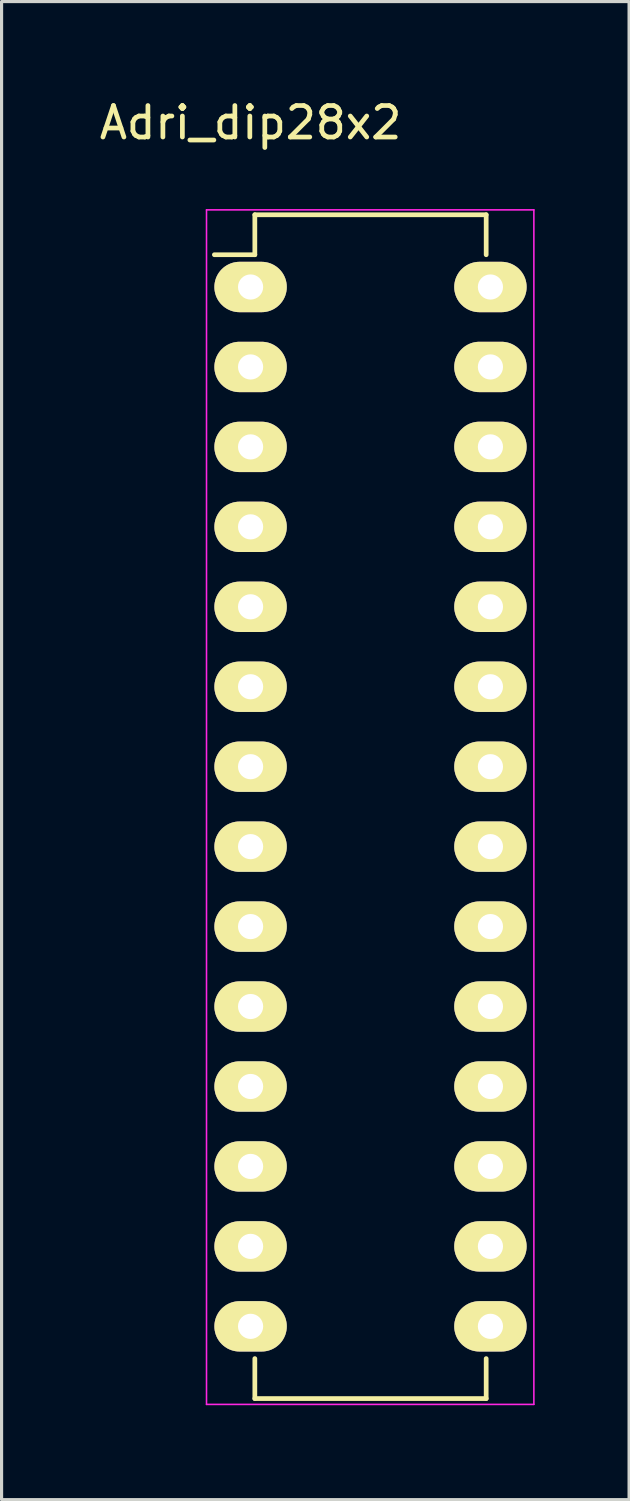
<source format=kicad_pcb>
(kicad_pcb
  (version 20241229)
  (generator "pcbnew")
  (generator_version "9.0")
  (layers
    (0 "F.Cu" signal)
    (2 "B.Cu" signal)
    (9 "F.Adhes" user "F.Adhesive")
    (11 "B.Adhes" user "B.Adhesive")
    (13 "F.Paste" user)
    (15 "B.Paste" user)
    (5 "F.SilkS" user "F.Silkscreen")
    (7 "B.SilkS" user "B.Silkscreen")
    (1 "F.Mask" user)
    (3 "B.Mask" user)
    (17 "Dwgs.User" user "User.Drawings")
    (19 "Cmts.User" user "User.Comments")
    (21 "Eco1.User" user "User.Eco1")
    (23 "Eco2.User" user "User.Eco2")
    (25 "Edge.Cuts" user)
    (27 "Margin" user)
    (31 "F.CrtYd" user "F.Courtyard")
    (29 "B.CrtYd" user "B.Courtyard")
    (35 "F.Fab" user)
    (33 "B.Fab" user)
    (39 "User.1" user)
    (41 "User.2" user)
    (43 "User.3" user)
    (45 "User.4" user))
  (footprint "Adri_dip28x2"
    (layer "F.Cu")
    (at 4.911 6.068)
    (property "Reference" "Adri_dip28x2" (at 0 -5.22 0) (layer "F.SilkS") (effects (font (size 1 1) (thickness 0.15))))
    (attr through_hole)
    (fp_line (start 0.135 -2.295) (end 0.135 -1.025) (stroke (width 0.15) (type solid)) (layer "F.SilkS"))
    (fp_line (start 0.135 -2.295) (end 7.485 -2.295) (stroke (width 0.15) (type solid)) (layer "F.SilkS"))
    (fp_line (start 0.135 -1.025) (end -1.15 -1.025) (stroke (width 0.15) (type solid)) (layer "F.SilkS"))
    (fp_line (start 0.135 35.315) (end 0.135 34.045) (stroke (width 0.15) (type solid)) (layer "F.SilkS"))
    (fp_line (start 0.135 35.315) (end 7.485 35.315) (stroke (width 0.15) (type solid)) (layer "F.SilkS"))
    (fp_line (start 7.485 -2.295) (end 7.485 -1.025) (stroke (width 0.15) (type solid)) (layer "F.SilkS"))
    (fp_line (start 7.485 35.315) (end 7.485 34.045) (stroke (width 0.15) (type solid)) (layer "F.SilkS"))
    (fp_line (start -1.4 -2.45) (end -1.4 35.5) (stroke (width 0.05) (type solid)) (layer "F.CrtYd"))
    (fp_line (start -1.4 -2.45) (end 9 -2.45) (stroke (width 0.05) (type solid)) (layer "F.CrtYd"))
    (fp_line (start -1.4 35.5) (end 9 35.5) (stroke (width 0.05) (type solid)) (layer "F.CrtYd"))
    (fp_line (start 9 -2.45) (end 9 35.5) (stroke (width 0.05) (type solid)) (layer "F.CrtYd"))
    (pad "1" thru_hole oval (at 0 0) (size 2.3 1.6) (drill 0.8) (layers "*.Cu" "*.Mask" "F.SilkS"))
    (pad "2" thru_hole oval (at 0 2.54) (size 2.3 1.6) (drill 0.8) (layers "*.Cu" "*.Mask" "F.SilkS"))
    (pad "3" thru_hole oval (at 0 5.08) (size 2.3 1.6) (drill 0.8) (layers "*.Cu" "*.Mask" "F.SilkS"))
    (pad "4" thru_hole oval (at 0 7.62) (size 2.3 1.6) (drill 0.8) (layers "*.Cu" "*.Mask" "F.SilkS"))
    (pad "5" thru_hole oval (at 0 10.16) (size 2.3 1.6) (drill 0.8) (layers "*.Cu" "*.Mask" "F.SilkS"))
    (pad "6" thru_hole oval (at 0 12.7) (size 2.3 1.6) (drill 0.8) (layers "*.Cu" "*.Mask" "F.SilkS"))
    (pad "7" thru_hole oval (at 0 15.24) (size 2.3 1.6) (drill 0.8) (layers "*.Cu" "*.Mask" "F.SilkS"))
    (pad "8" thru_hole oval (at 0 17.78) (size 2.3 1.6) (drill 0.8) (layers "*.Cu" "*.Mask" "F.SilkS"))
    (pad "9" thru_hole oval (at 0 20.32) (size 2.3 1.6) (drill 0.8) (layers "*.Cu" "*.Mask" "F.SilkS"))
    (pad "10" thru_hole oval (at 0 22.86) (size 2.3 1.6) (drill 0.8) (layers "*.Cu" "*.Mask" "F.SilkS"))
    (pad "11" thru_hole oval (at 0 25.4) (size 2.3 1.6) (drill 0.8) (layers "*.Cu" "*.Mask" "F.SilkS"))
    (pad "12" thru_hole oval (at 0 27.94) (size 2.3 1.6) (drill 0.8) (layers "*.Cu" "*.Mask" "F.SilkS"))
    (pad "13" thru_hole oval (at 0 30.48) (size 2.3 1.6) (drill 0.8) (layers "*.Cu" "*.Mask" "F.SilkS"))
    (pad "14" thru_hole oval (at 0 33.02) (size 2.3 1.6) (drill 0.8) (layers "*.Cu" "*.Mask" "F.SilkS"))
    (pad "15" thru_hole oval (at 7.62 33.02) (size 2.3 1.6) (drill 0.8) (layers "*.Cu" "*.Mask" "F.SilkS"))
    (pad "16" thru_hole oval (at 7.62 30.48) (size 2.3 1.6) (drill 0.8) (layers "*.Cu" "*.Mask" "F.SilkS"))
    (pad "17" thru_hole oval (at 7.62 27.94) (size 2.3 1.6) (drill 0.8) (layers "*.Cu" "*.Mask" "F.SilkS"))
    (pad "18" thru_hole oval (at 7.62 25.4) (size 2.3 1.6) (drill 0.8) (layers "*.Cu" "*.Mask" "F.SilkS"))
    (pad "19" thru_hole oval (at 7.62 22.86) (size 2.3 1.6) (drill 0.8) (layers "*.Cu" "*.Mask" "F.SilkS"))
    (pad "20" thru_hole oval (at 7.62 20.32) (size 2.3 1.6) (drill 0.8) (layers "*.Cu" "*.Mask" "F.SilkS"))
    (pad "21" thru_hole oval (at 7.62 17.78) (size 2.3 1.6) (drill 0.8) (layers "*.Cu" "*.Mask" "F.SilkS"))
    (pad "22" thru_hole oval (at 7.62 15.24) (size 2.3 1.6) (drill 0.8) (layers "*.Cu" "*.Mask" "F.SilkS"))
    (pad "23" thru_hole oval (at 7.62 12.7) (size 2.3 1.6) (drill 0.8) (layers "*.Cu" "*.Mask" "F.SilkS"))
    (pad "24" thru_hole oval (at 7.62 10.16) (size 2.3 1.6) (drill 0.8) (layers "*.Cu" "*.Mask" "F.SilkS"))
    (pad "25" thru_hole oval (at 7.62 7.62) (size 2.3 1.6) (drill 0.8) (layers "*.Cu" "*.Mask" "F.SilkS"))
    (pad "26" thru_hole oval (at 7.62 5.08) (size 2.3 1.6) (drill 0.8) (layers "*.Cu" "*.Mask" "F.SilkS"))
    (pad "27" thru_hole oval (at 7.62 2.54) (size 2.3 1.6) (drill 0.8) (layers "*.Cu" "*.Mask" "F.SilkS"))
    (pad "28" thru_hole oval (at 7.62 0) (size 2.3 1.6) (drill 0.8) (layers "*.Cu" "*.Mask" "F.SilkS")))
  (gr_rect
    (start -3 -3)
    (end 16.936 44.593)
    (stroke (width 0.1) (type default))
    (fill no)
    (layer "Edge.Cuts")))
</source>
